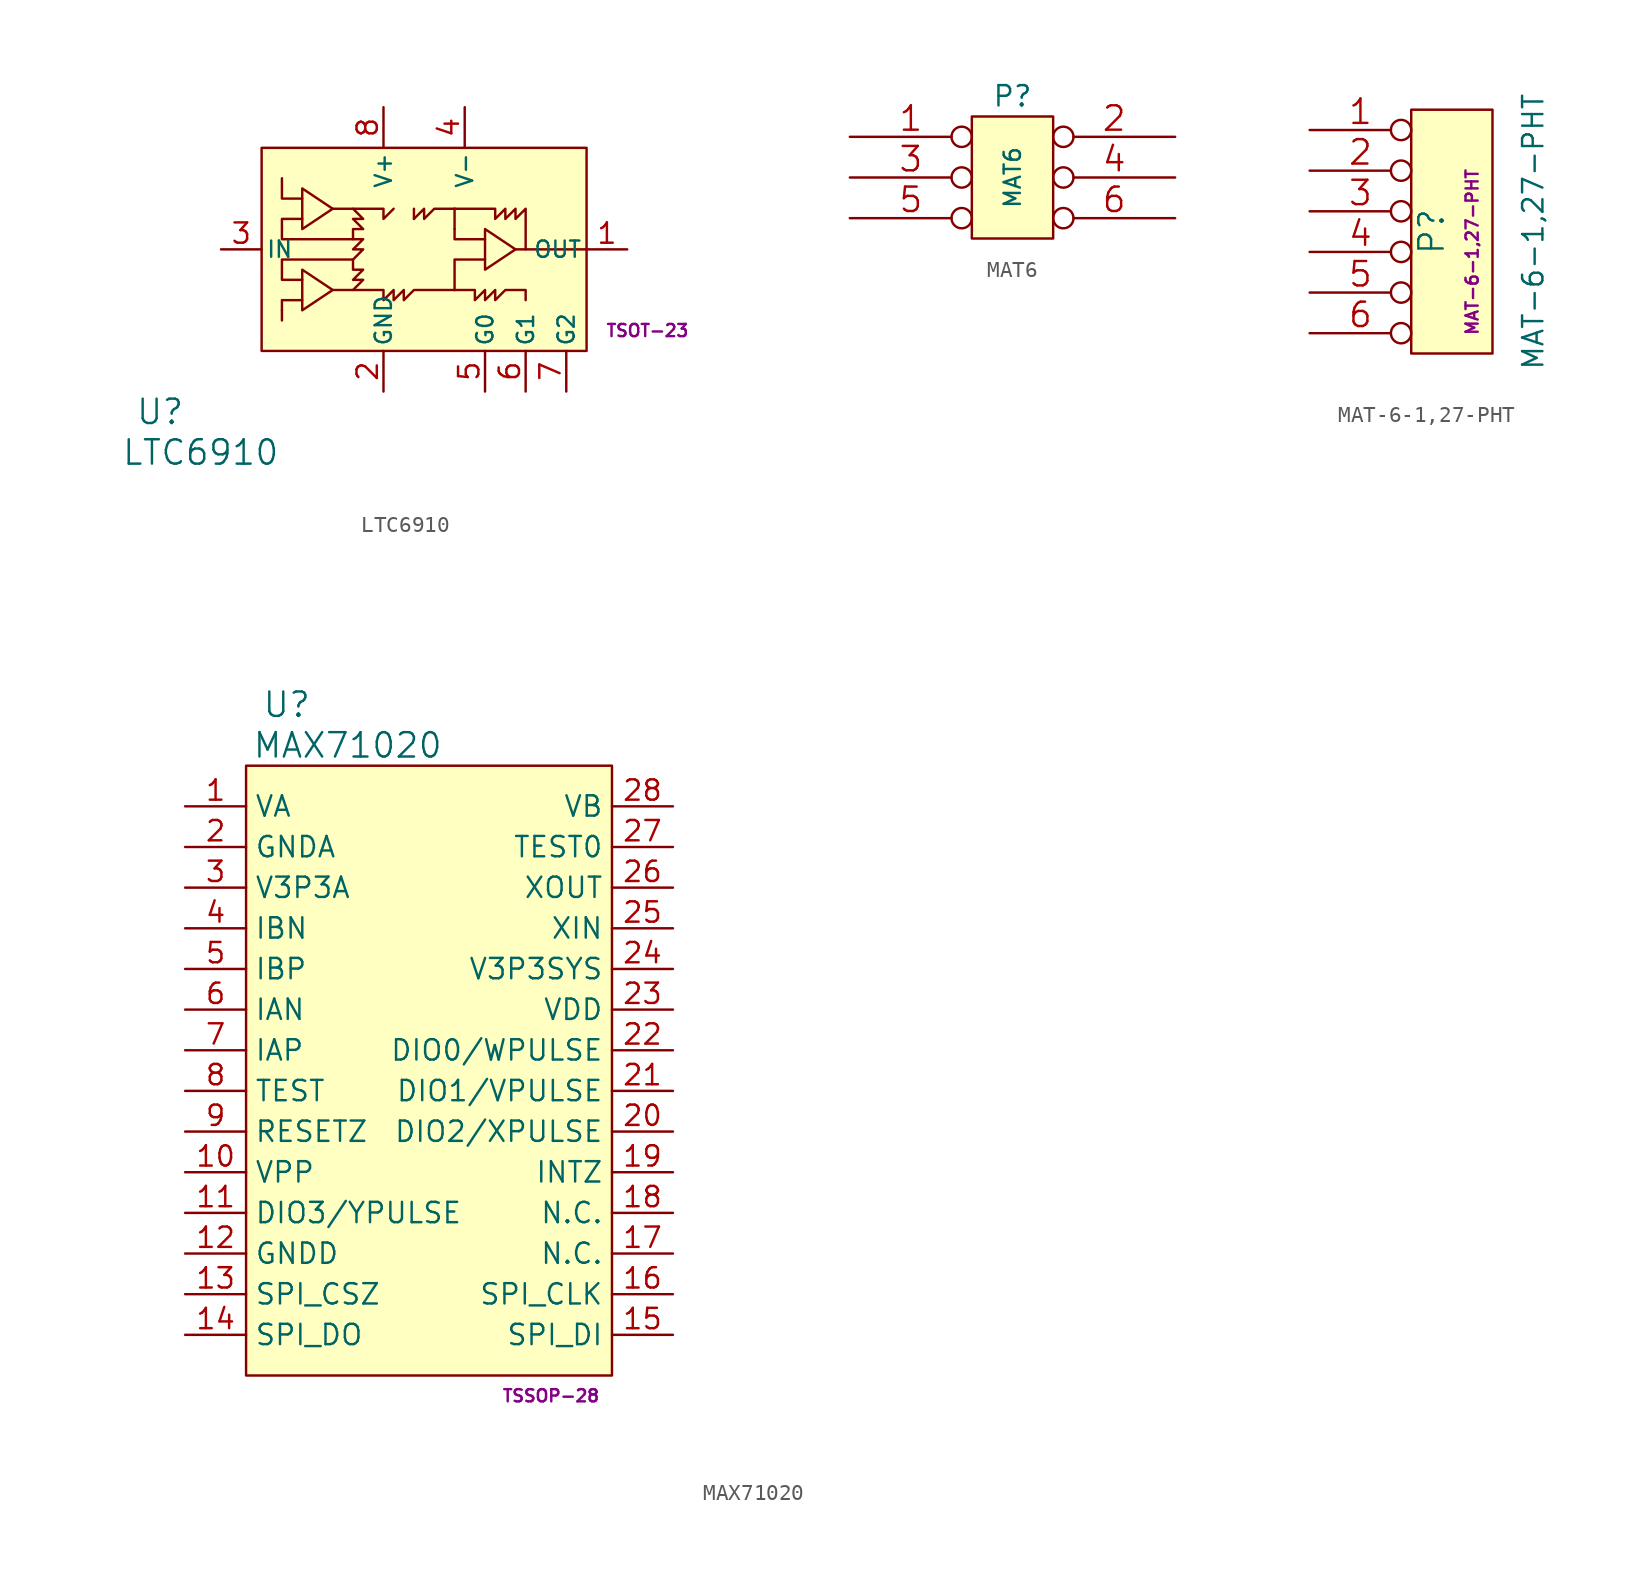
<source format=kicad_sym>
(kicad_symbol_lib
  (version 20220914)
  (generator kicad_symbol_editor)
  (symbol "LTC6910"
    (pin_names
      (offset 0.254))
    (property "Reference" "U"
      (at -16.51 -10.16 0)
      (effects (font (size 1.524 1.524))))
    (property "Value" "LTC6910"
      (at -13.97 -12.7 0)
      (effects (font (size 1.524 1.524))))
    (property "Footprint" "TSOT-23"
      (at 13.97 -5.08 0)
      (effects (font (size 0.762 0.762))))
    (property "Datasheet" ""
      (at 0 0 0)
      (effects (font (size 1.524 1.524))))
    (symbol "LTC6910_0_1"
      (rectangle (start -10.16 6.35) (end 10.16 -6.35) (stroke (width 0) (type default)) (fill (type background)))
      (polyline (pts (xy -8.89 -3.81) (xy -8.89 -4.445)) (stroke (width 0) (type default)) (fill (type none)))
      (polyline (pts (xy -0.635 1.905) (xy -0.635 2.54)) (stroke (width 0) (type default)) (fill (type none)))
      (polyline (pts (xy 1.905 1.27) (xy 1.905 2.54)) (stroke (width 0) (type default)) (fill (type none)))
      (polyline (pts (xy 6.35 0) (xy 10.16 0)) (stroke (width 0) (type default)) (fill (type none)))
      (polyline (pts (xy -7.62 -3.175) (xy -8.89 -3.175) (xy -8.89 -3.81)) (stroke (width 0) (type default)) (fill (type none)))
      (polyline (pts (xy -7.62 3.175) (xy -8.89 3.175) (xy -8.89 4.445)) (stroke (width 0) (type default)) (fill (type none)))
      (polyline (pts (xy 3.81 -0.635) (xy 1.905 -0.635) (xy 1.905 -2.54)) (stroke (width 0) (type default)) (fill (type none)))
      (polyline (pts (xy 3.81 0.635) (xy 1.905 0.635) (xy 1.905 1.27)) (stroke (width 0) (type default)) (fill (type none)))
      (polyline (pts (xy -7.62 -1.27) (xy -7.62 -3.81) (xy -5.715 -2.54) (xy -7.62 -1.27)) (stroke (width 0) (type default)) (fill (type none)))
      (polyline (pts (xy -4.445 2.54) (xy -2.54 2.54) (xy -2.54 1.905) (xy -1.905 2.54)) (stroke (width 0) (type default)) (fill (type none)))
      (polyline (pts (xy 3.81 1.27) (xy 5.715 0) (xy 3.81 -1.27) (xy 3.81 1.27)) (stroke (width 0) (type default)) (fill (type none)))
      (polyline (pts (xy -7.62 3.175) (xy -7.62 1.27) (xy -5.715 2.54) (xy -7.62 3.81) (xy -7.62 3.175)) (stroke (width 0) (type default)) (fill (type none)))
      (polyline (pts (xy -4.445 0.635) (xy -3.81 0.635) (xy -4.445 0) (xy -3.81 0) (xy -4.445 -0.635)) (stroke (width 0) (type default)) (fill (type none)))
      (polyline (pts (xy -0.635 1.905) (xy 0 2.54) (xy 0 1.905) (xy 0.635 2.54) (xy 1.905 2.54)) (stroke (width 0) (type default)) (fill (type none)))
      (polyline (pts (xy -4.445 -2.54) (xy -2.54 -2.54) (xy -2.54 -3.175) (xy -1.905 -2.54) (xy -1.905 -3.175) (xy -1.27 -2.54) (xy -1.27 -3.175) (xy -0.635 -2.54) (xy 1.905 -2.54)) (stroke (width 0) (type default)) (fill (type none)))
      (polyline (pts (xy -7.62 -1.905) (xy -8.89 -1.905) (xy -8.89 -0.635) (xy -4.445 -0.635) (xy -4.445 -1.27) (xy -3.81 -1.27) (xy -4.445 -1.905) (xy -3.81 -1.905) (xy -4.445 -2.54) (xy -5.715 -2.54)) (stroke (width 0) (type default)) (fill (type none)))
      (polyline (pts (xy -7.62 1.905) (xy -8.89 1.905) (xy -8.89 0.635) (xy -4.445 0.635) (xy -4.445 1.27) (xy -3.81 1.27) (xy -4.445 1.905) (xy -3.81 1.905) (xy -4.445 2.54) (xy -5.715 2.54)) (stroke (width 0) (type default)) (fill (type none)))
      (polyline (pts (xy 1.905 -2.54) (xy 3.175 -2.54) (xy 3.175 -3.175) (xy 3.81 -2.54) (xy 3.81 -3.175) (xy 4.445 -2.54) (xy 4.445 -3.175) (xy 5.08 -2.54) (xy 6.35 -2.54) (xy 6.35 -3.175)) (stroke (width 0) (type default)) (fill (type none)))
      (polyline (pts (xy 1.905 2.54) (xy 4.445 2.54) (xy 4.445 1.905) (xy 5.08 2.54) (xy 5.08 1.905) (xy 5.715 2.54) (xy 5.715 1.905) (xy 6.35 2.54) (xy 6.35 0) (xy 5.715 0)) (stroke (width 0) (type default)) (fill (type none))))
    (symbol "LTC6910_1_1"
      (pin input line (at 12.7 0 180) (length 2.54) (name "OUT" (effects (font (size 1.016 1.016)))) (number "1" (effects (font (size 1.27 1.27)))))
      (pin input line (at -2.54 -8.89 90) (length 2.54) (name "GND" (effects (font (size 1.016 1.016)))) (number "2" (effects (font (size 1.27 1.27)))))
      (pin input line (at -12.7 0 0) (length 2.54) (name "IN" (effects (font (size 1.016 1.016)))) (number "3" (effects (font (size 1.27 1.27)))))
      (pin input line (at 2.54 8.89 270) (length 2.54) (name "V-" (effects (font (size 1.016 1.016)))) (number "4" (effects (font (size 1.27 1.27)))))
      (pin input line (at 3.81 -8.89 90) (length 2.54) (name "G0" (effects (font (size 1.016 1.016)))) (number "5" (effects (font (size 1.27 1.27)))))
      (pin input line (at 6.35 -8.89 90) (length 2.54) (name "G1" (effects (font (size 1.016 1.016)))) (number "6" (effects (font (size 1.27 1.27)))))
      (pin input line (at 8.89 -8.89 90) (length 2.54) (name "G2" (effects (font (size 1.016 1.016)))) (number "7" (effects (font (size 1.27 1.27)))))
      (pin input line (at -2.54 8.89 270) (length 2.54) (name "V+" (effects (font (size 1.016 1.016)))) (number "8" (effects (font (size 1.27 1.27)))))))
  (symbol "MAT6"
    (pin_names
      (offset 1.016) hide)
    (property "Reference" "P"
      (at 0 6.35 0)
      (effects (font (size 1.27 1.27))))
    (property "Value" "MAT6"
      (at 0 1.27 90)
      (effects (font (size 1.016 1.016))))
    (property "Footprint" ""
      (at 0 0 0)
      (effects (font (size 1.524 1.524))))
    (property "Datasheet" ""
      (at 0 0 0)
      (effects (font (size 1.524 1.524))))
    (symbol "MAT6_0_1"
      (rectangle (start -2.54 5.08) (end 2.54 -2.54) (stroke (width 0) (type default)) (fill (type background))))
    (symbol "MAT6_1_1"
      (pin passive inverted (at -10.16 3.81 0) (length 7.62) (name "1" (effects (font (size 1.524 1.524)))) (number "1" (effects (font (size 1.524 1.524)))))
      (pin passive inverted (at 10.16 3.81 180) (length 7.62) (name "2" (effects (font (size 1.524 1.524)))) (number "2" (effects (font (size 1.524 1.524)))))
      (pin passive inverted (at -10.16 1.27 0) (length 7.62) (name "3" (effects (font (size 1.524 1.524)))) (number "3" (effects (font (size 1.524 1.524)))))
      (pin passive inverted (at 10.16 1.27 180) (length 7.62) (name "4" (effects (font (size 1.524 1.524)))) (number "4" (effects (font (size 1.524 1.524)))))
      (pin passive inverted (at -10.16 -1.27 0) (length 7.62) (name "5" (effects (font (size 1.524 1.524)))) (number "5" (effects (font (size 1.524 1.524)))))
      (pin passive inverted (at 10.16 -1.27 180) (length 7.62) (name "6" (effects (font (size 1.524 1.524)))) (number "6" (effects (font (size 1.524 1.524)))))))
  (symbol "MAT-6-1,27-PHT"
    (pin_names
      (offset 0.762) hide)
    (property "Reference" "P"
      (at -1.27 0 90)
      (effects (font (size 1.524 1.524))))
    (property "Value" "MAT-6-1,27-PHT"
      (at 5.08 0 90)
      (effects (font (size 1.27 1.27))))
    (property "Footprint" "MAT-6-1,27-PHT"
      (at 1.27 -1.27 90)
      (effects (font (size 0.762 0.762))))
    (property "Datasheet" ""
      (at 0 0 0)
      (effects (font (size 1.524 1.524))))
    (symbol "MAT-6-1,27-PHT_0_1"
      (rectangle (start -2.54 7.62) (end 2.54 -7.62) (stroke (width 0) (type default)) (fill (type background))))
    (symbol "MAT-6-1,27-PHT_1_1"
      (pin passive inverted (at -8.89 6.35 0) (length 6.35) (name "1" (effects (font (size 1.524 1.524)))) (number "1" (effects (font (size 1.524 1.524)))))
      (pin passive inverted (at -8.89 3.81 0) (length 6.35) (name "2" (effects (font (size 1.524 1.524)))) (number "2" (effects (font (size 1.524 1.524)))))
      (pin passive inverted (at -8.89 1.27 0) (length 6.35) (name "3" (effects (font (size 1.524 1.524)))) (number "3" (effects (font (size 1.524 1.524)))))
      (pin passive inverted (at -8.89 -1.27 0) (length 6.35) (name "4" (effects (font (size 1.524 1.524)))) (number "4" (effects (font (size 1.524 1.524)))))
      (pin passive inverted (at -8.89 -3.81 0) (length 6.35) (name "5" (effects (font (size 1.524 1.524)))) (number "5" (effects (font (size 1.524 1.524)))))
      (pin passive inverted (at -8.89 -6.35 0) (length 6.35) (name "6" (effects (font (size 1.524 1.524)))) (number "6" (effects (font (size 1.524 1.524)))))))
  (symbol "MAX71020"
    (property "Reference" "U"
      (at -8.89 22.86 0)
      (effects (font (size 1.524 1.524))))
    (property "Value" "MAX71020"
      (at -5.08 20.32 0)
      (effects (font (size 1.524 1.524))))
    (property "Footprint" "TSSOP-28"
      (at 7.62 -20.32 0)
      (effects (font (size 0.762 0.762))))
    (property "Datasheet" ""
      (at 55.88 -13.97 0)
      (effects (font (size 1.524 1.524))))
    (symbol "MAX71020_0_1"
      (rectangle (start -11.43 19.05) (end 11.43 -19.05) (stroke (width 0) (type default)) (fill (type background))))
    (symbol "MAX71020_1_1"
      (pin bidirectional line (at -15.24 16.51 0) (length 3.81) (name "VA" (effects (font (size 1.27 1.27)))) (number "1" (effects (font (size 1.27 1.27)))))
      (pin bidirectional line (at -15.24 -6.35 0) (length 3.81) (name "VPP" (effects (font (size 1.27 1.27)))) (number "10" (effects (font (size 1.27 1.27)))))
      (pin bidirectional line (at -15.24 -8.89 0) (length 3.81) (name "DIO3/YPULSE" (effects (font (size 1.27 1.27)))) (number "11" (effects (font (size 1.27 1.27)))))
      (pin bidirectional line (at -15.24 -11.43 0) (length 3.81) (name "GNDD" (effects (font (size 1.27 1.27)))) (number "12" (effects (font (size 1.27 1.27)))))
      (pin bidirectional line (at -15.24 -13.97 0) (length 3.81) (name "SPI_CSZ" (effects (font (size 1.27 1.27)))) (number "13" (effects (font (size 1.27 1.27)))))
      (pin bidirectional line (at -15.24 -16.51 0) (length 3.81) (name "SPI_DO" (effects (font (size 1.27 1.27)))) (number "14" (effects (font (size 1.27 1.27)))))
      (pin bidirectional line (at 15.24 -16.51 180) (length 3.81) (name "SPI_DI" (effects (font (size 1.27 1.27)))) (number "15" (effects (font (size 1.27 1.27)))))
      (pin bidirectional line (at 15.24 -13.97 180) (length 3.81) (name "SPI_CLK" (effects (font (size 1.27 1.27)))) (number "16" (effects (font (size 1.27 1.27)))))
      (pin bidirectional line (at 15.24 -11.43 180) (length 3.81) (name "N.C." (effects (font (size 1.27 1.27)))) (number "17" (effects (font (size 1.27 1.27)))))
      (pin bidirectional line (at 15.24 -8.89 180) (length 3.81) (name "N.C." (effects (font (size 1.27 1.27)))) (number "18" (effects (font (size 1.27 1.27)))))
      (pin bidirectional line (at 15.24 -6.35 180) (length 3.81) (name "INTZ" (effects (font (size 1.27 1.27)))) (number "19" (effects (font (size 1.27 1.27)))))
      (pin bidirectional line (at -15.24 13.97 0) (length 3.81) (name "GNDA" (effects (font (size 1.27 1.27)))) (number "2" (effects (font (size 1.27 1.27)))))
      (pin bidirectional line (at 15.24 -3.81 180) (length 3.81) (name "DIO2/XPULSE" (effects (font (size 1.27 1.27)))) (number "20" (effects (font (size 1.27 1.27)))))
      (pin bidirectional line (at 15.24 -1.27 180) (length 3.81) (name "DIO1/VPULSE" (effects (font (size 1.27 1.27)))) (number "21" (effects (font (size 1.27 1.27)))))
      (pin bidirectional line (at 15.24 1.27 180) (length 3.81) (name "DIO0/WPULSE" (effects (font (size 1.27 1.27)))) (number "22" (effects (font (size 1.27 1.27)))))
      (pin bidirectional line (at 15.24 3.81 180) (length 3.81) (name "VDD" (effects (font (size 1.27 1.27)))) (number "23" (effects (font (size 1.27 1.27)))))
      (pin bidirectional line (at 15.24 6.35 180) (length 3.81) (name "V3P3SYS" (effects (font (size 1.27 1.27)))) (number "24" (effects (font (size 1.27 1.27)))))
      (pin bidirectional line (at 15.24 8.89 180) (length 3.81) (name "XIN" (effects (font (size 1.27 1.27)))) (number "25" (effects (font (size 1.27 1.27)))))
      (pin bidirectional line (at 15.24 11.43 180) (length 3.81) (name "XOUT" (effects (font (size 1.27 1.27)))) (number "26" (effects (font (size 1.27 1.27)))))
      (pin bidirectional line (at 15.24 13.97 180) (length 3.81) (name "TEST0" (effects (font (size 1.27 1.27)))) (number "27" (effects (font (size 1.27 1.27)))))
      (pin bidirectional line (at 15.24 16.51 180) (length 3.81) (name "VB" (effects (font (size 1.27 1.27)))) (number "28" (effects (font (size 1.27 1.27)))))
      (pin bidirectional line (at -15.24 11.43 0) (length 3.81) (name "V3P3A" (effects (font (size 1.27 1.27)))) (number "3" (effects (font (size 1.27 1.27)))))
      (pin bidirectional line (at -15.24 8.89 0) (length 3.81) (name "IBN" (effects (font (size 1.27 1.27)))) (number "4" (effects (font (size 1.27 1.27)))))
      (pin bidirectional line (at -15.24 6.35 0) (length 3.81) (name "IBP" (effects (font (size 1.27 1.27)))) (number "5" (effects (font (size 1.27 1.27)))))
      (pin bidirectional line (at -15.24 3.81 0) (length 3.81) (name "IAN" (effects (font (size 1.27 1.27)))) (number "6" (effects (font (size 1.27 1.27)))))
      (pin bidirectional line (at -15.24 1.27 0) (length 3.81) (name "IAP" (effects (font (size 1.27 1.27)))) (number "7" (effects (font (size 1.27 1.27)))))
      (pin bidirectional line (at -15.24 -1.27 0) (length 3.81) (name "TEST" (effects (font (size 1.27 1.27)))) (number "8" (effects (font (size 1.27 1.27)))))
      (pin bidirectional line (at -15.24 -3.81 0) (length 3.81) (name "RESETZ" (effects (font (size 1.27 1.27)))) (number "9" (effects (font (size 1.27 1.27))))))))
</source>
